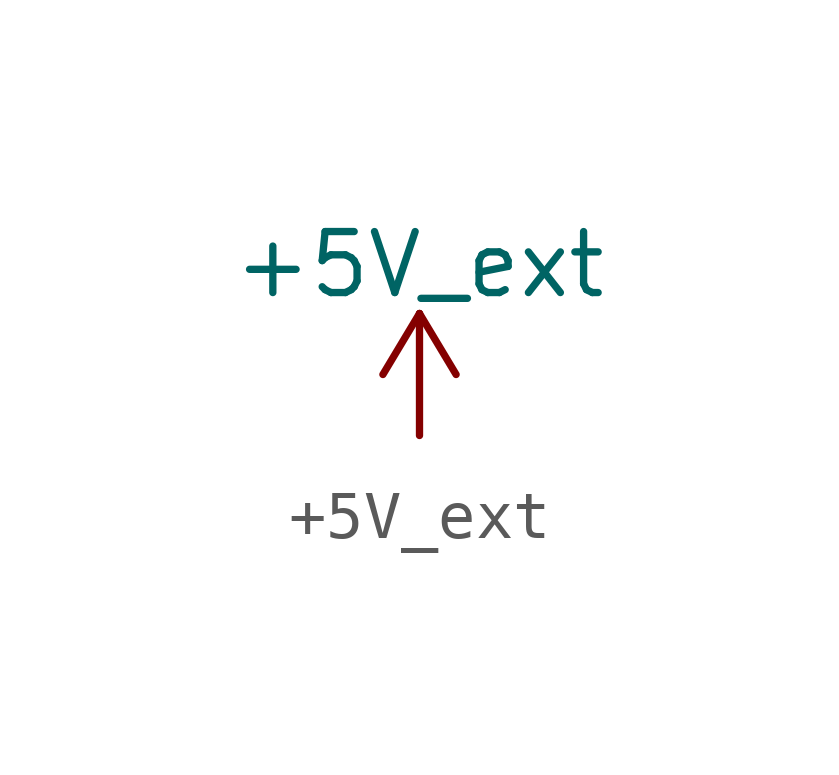
<source format=kicad_sym>
(kicad_symbol_lib
  (version 20211014)
  (generator kicad_symbol_editor)
  (symbol "+5V_ext"
    (power)
    (pin_names
      (offset 0))
    (property "Reference" "#PWR"
      (at 0 -3.81 0)
      (effects (font (size 1.27 1.27)) hide))
    (property "Value" "+5V_ext"
      (at 0 3.556 0)
      (effects (font (size 1.27 1.27))))
    (symbol "+5V_ext_0_1"
      (polyline (pts (xy -0.762 1.27) (xy 0 2.54)) (stroke (width 0) (type default) (color 0 0 0 0)) (fill (type none)))
      (polyline (pts (xy 0 0) (xy 0 2.54)) (stroke (width 0) (type default) (color 0 0 0 0)) (fill (type none)))
      (polyline (pts (xy 0 2.54) (xy 0.762 1.27)) (stroke (width 0) (type default) (color 0 0 0 0)) (fill (type none))))
    (symbol "+5V_ext_1_1"
      (pin power_in line (at 0 0 90) (length 0) hide (name "+5V" (effects (font (size 1.27 1.27)))) (number "1" (effects (font (size 1.27 1.27))))))))
</source>
